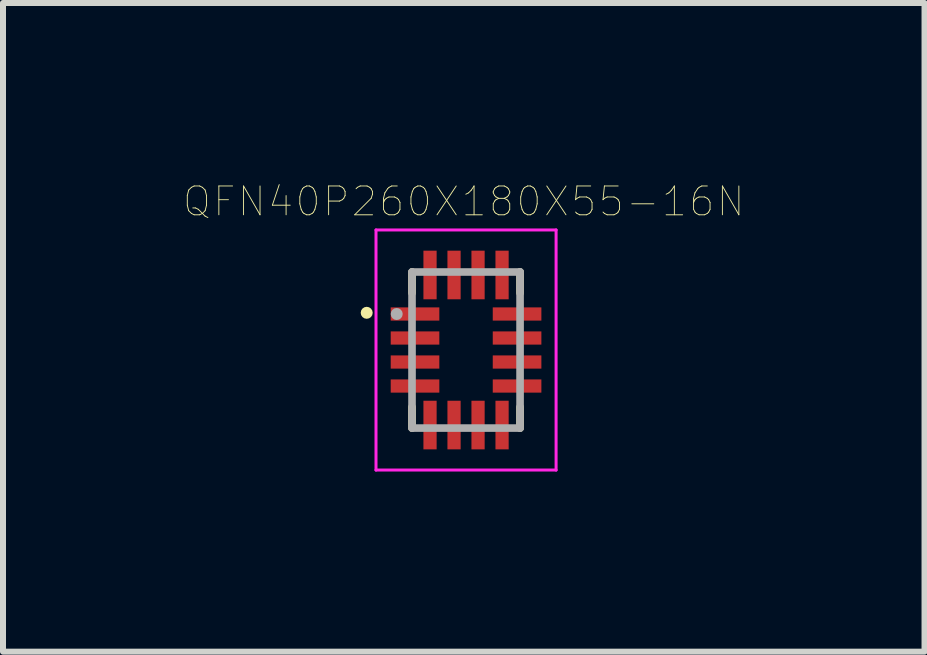
<source format=kicad_pcb>
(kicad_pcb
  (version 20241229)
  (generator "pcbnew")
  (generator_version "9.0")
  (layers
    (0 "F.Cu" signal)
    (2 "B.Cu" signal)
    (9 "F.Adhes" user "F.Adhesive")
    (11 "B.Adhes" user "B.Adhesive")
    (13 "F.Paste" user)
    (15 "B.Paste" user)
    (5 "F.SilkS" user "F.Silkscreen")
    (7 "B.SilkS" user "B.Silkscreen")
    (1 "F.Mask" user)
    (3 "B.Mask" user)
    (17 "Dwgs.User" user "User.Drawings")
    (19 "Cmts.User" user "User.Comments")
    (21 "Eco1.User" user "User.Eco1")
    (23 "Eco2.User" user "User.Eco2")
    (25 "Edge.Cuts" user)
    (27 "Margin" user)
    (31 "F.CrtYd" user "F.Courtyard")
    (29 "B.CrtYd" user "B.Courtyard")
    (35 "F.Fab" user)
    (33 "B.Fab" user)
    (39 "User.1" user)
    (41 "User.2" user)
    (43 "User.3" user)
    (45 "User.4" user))
  (footprint "QFN40P260X180X55-16N"
    (layer "F.Cu")
    (at 4.714 2.781)
    (property "Reference" "QFN40P260X180X55-16N" (at -0.038 -2.474 0) (layer "F.SilkS") (effects (font (size 0.48 0.48) (thickness 0.015))))
    (attr through_hole)
    (fp_line (start -0.9 -1.3) (end -0.9 -0.95) (stroke (width 0.127) (type solid)) (layer "F.SilkS"))
    (fp_line (start -0.9 1.3) (end -0.9 0.95) (stroke (width 0.127) (type solid)) (layer "F.SilkS"))
    (fp_line (start 0.9 -1.3) (end 0.9 -0.95) (stroke (width 0.127) (type solid)) (layer "F.SilkS"))
    (fp_line (start 0.9 1.3) (end 0.9 0.95) (stroke (width 0.127) (type solid)) (layer "F.SilkS"))
    (fp_circle (center -1.655 -0.62) (end -1.605 -0.62) (stroke (width 0.1) (type solid)) (fill no) (layer "F.SilkS"))
    (fp_line (start -1.5 -2) (end 1.5 -2) (stroke (width 0.05) (type solid)) (layer "F.CrtYd"))
    (fp_line (start -1.5 2) (end -1.5 -2) (stroke (width 0.05) (type solid)) (layer "F.CrtYd"))
    (fp_line (start -1.5 2) (end 1.5 2) (stroke (width 0.05) (type solid)) (layer "F.CrtYd"))
    (fp_line (start 1.5 2) (end 1.5 -2) (stroke (width 0.05) (type solid)) (layer "F.CrtYd"))
    (fp_line (start -0.9 1.3) (end -0.9 -1.3) (stroke (width 0.127) (type solid)) (layer "F.Fab"))
    (fp_line (start 0.9 -1.3) (end -0.9 -1.3) (stroke (width 0.127) (type solid)) (layer "F.Fab"))
    (fp_line (start 0.9 1.3) (end -0.9 1.3) (stroke (width 0.127) (type solid)) (layer "F.Fab"))
    (fp_line (start 0.9 1.3) (end 0.9 -1.3) (stroke (width 0.127) (type solid)) (layer "F.Fab"))
    (fp_circle (center -1.155 -0.6) (end -1.105 -0.6) (stroke (width 0.1) (type solid)) (fill no) (layer "F.Fab"))
    (pad "1" smd rect (at -0.85 -0.6) (size 0.81 0.22) (layers "F.Cu" "F.Mask" "F.Paste"))
    (pad "2" smd rect (at -0.85 -0.2) (size 0.81 0.22) (layers "F.Cu" "F.Mask" "F.Paste"))
    (pad "3" smd rect (at -0.85 0.2) (size 0.81 0.22) (layers "F.Cu" "F.Mask" "F.Paste"))
    (pad "4" smd rect (at -0.85 0.6) (size 0.81 0.22) (layers "F.Cu" "F.Mask" "F.Paste"))
    (pad "5" smd rect (at -0.6 1.25) (size 0.22 0.81) (layers "F.Cu" "F.Mask" "F.Paste"))
    (pad "6" smd rect (at -0.2 1.25) (size 0.22 0.81) (layers "F.Cu" "F.Mask" "F.Paste"))
    (pad "7" smd rect (at 0.2 1.25) (size 0.22 0.81) (layers "F.Cu" "F.Mask" "F.Paste"))
    (pad "8" smd rect (at 0.6 1.25) (size 0.22 0.81) (layers "F.Cu" "F.Mask" "F.Paste"))
    (pad "9" smd rect (at 0.85 0.6) (size 0.81 0.22) (layers "F.Cu" "F.Mask" "F.Paste"))
    (pad "10" smd rect (at 0.85 0.2) (size 0.81 0.22) (layers "F.Cu" "F.Mask" "F.Paste"))
    (pad "11" smd rect (at 0.85 -0.2) (size 0.81 0.22) (layers "F.Cu" "F.Mask" "F.Paste"))
    (pad "12" smd rect (at 0.85 -0.6) (size 0.81 0.22) (layers "F.Cu" "F.Mask" "F.Paste"))
    (pad "13" smd rect (at 0.6 -1.25) (size 0.22 0.81) (layers "F.Cu" "F.Mask" "F.Paste"))
    (pad "14" smd rect (at 0.2 -1.25) (size 0.22 0.81) (layers "F.Cu" "F.Mask" "F.Paste"))
    (pad "15" smd rect (at -0.2 -1.25) (size 0.22 0.81) (layers "F.Cu" "F.Mask" "F.Paste"))
    (pad "16" smd rect (at -0.6 -1.25) (size 0.22 0.81) (layers "F.Cu" "F.Mask" "F.Paste")))
  (gr_rect
    (start -3 -3)
    (end 12.352 7.806)
    (stroke (width 0.1) (type default))
    (fill no)
    (layer "Edge.Cuts")))
</source>
